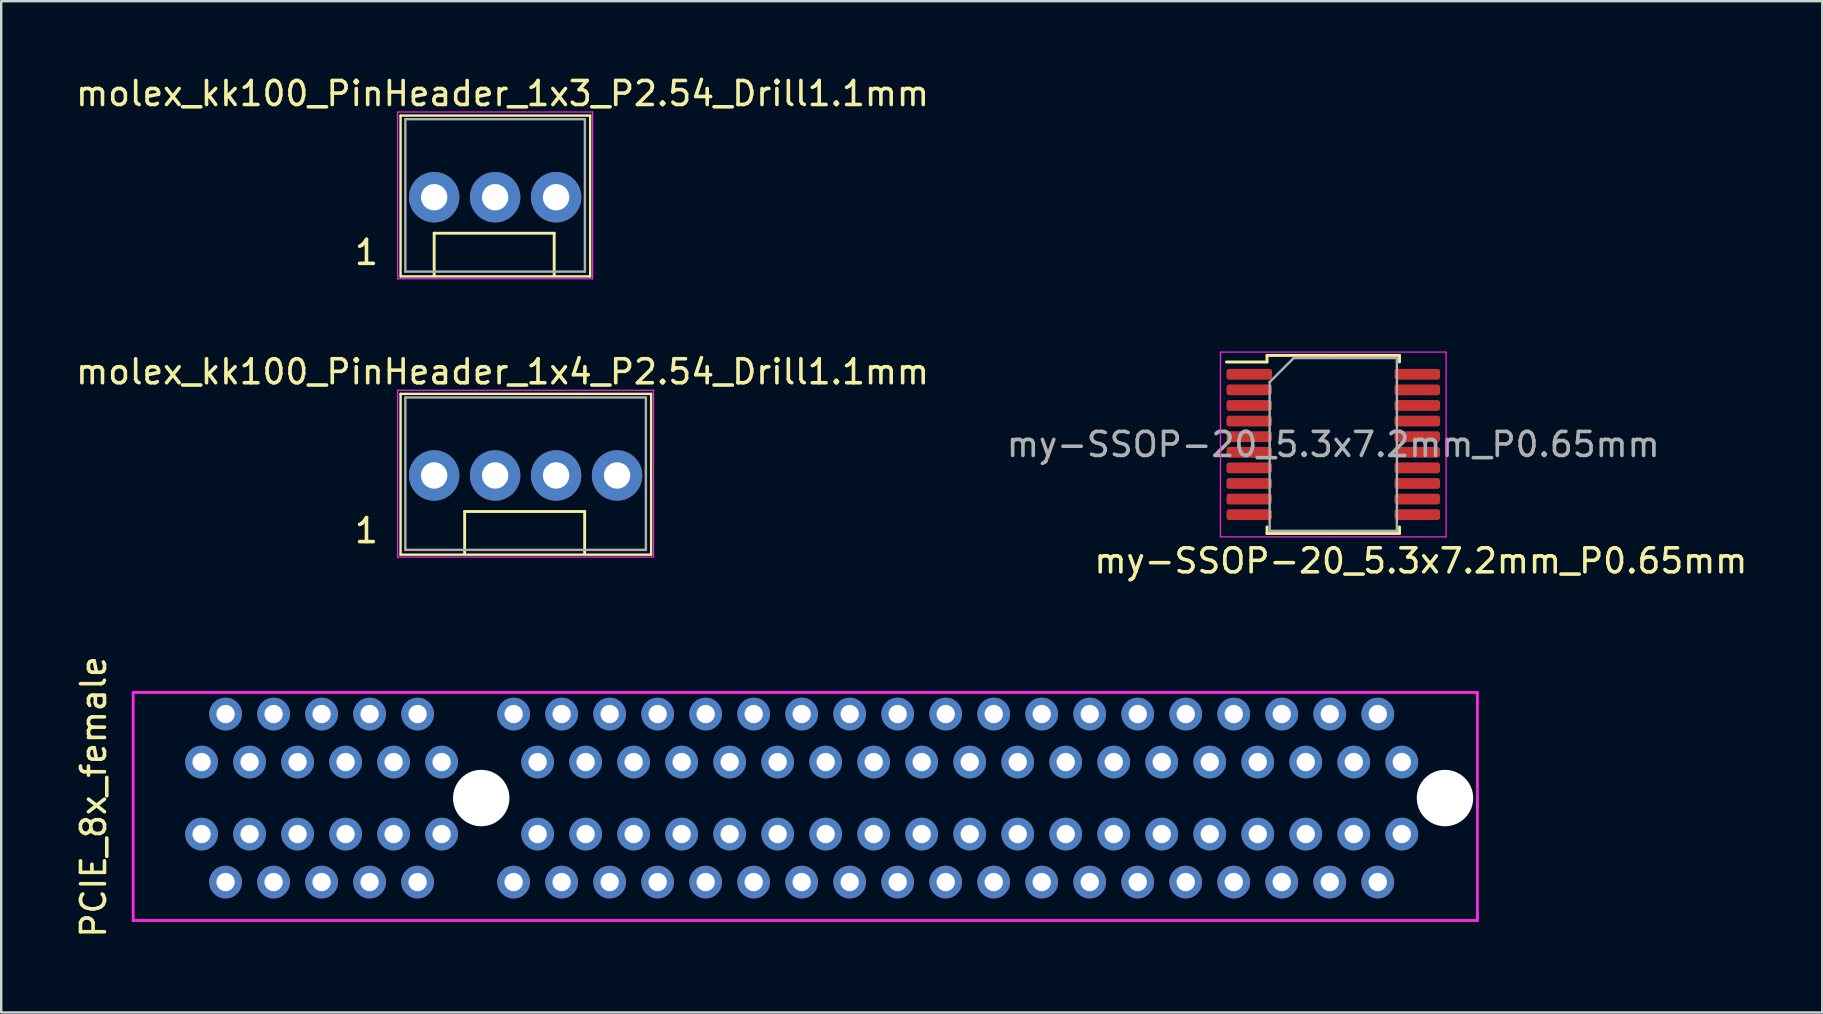
<source format=kicad_pcb>
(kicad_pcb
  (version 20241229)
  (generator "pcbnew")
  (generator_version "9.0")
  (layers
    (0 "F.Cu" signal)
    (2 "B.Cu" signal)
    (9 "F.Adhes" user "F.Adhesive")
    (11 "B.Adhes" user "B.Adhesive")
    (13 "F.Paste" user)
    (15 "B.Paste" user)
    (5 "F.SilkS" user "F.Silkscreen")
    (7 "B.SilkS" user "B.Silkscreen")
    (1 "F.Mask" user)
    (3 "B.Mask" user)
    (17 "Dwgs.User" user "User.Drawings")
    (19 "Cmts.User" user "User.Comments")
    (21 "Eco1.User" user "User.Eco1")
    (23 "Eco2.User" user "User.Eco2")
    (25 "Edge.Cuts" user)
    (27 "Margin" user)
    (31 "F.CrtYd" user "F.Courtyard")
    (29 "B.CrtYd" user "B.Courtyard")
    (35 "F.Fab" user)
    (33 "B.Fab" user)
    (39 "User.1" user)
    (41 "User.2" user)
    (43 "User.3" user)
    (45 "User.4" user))
  (footprint "molex_kk100_PinHeader_1x4_P2.54_Drill1.1mm"
    (layer "F.Cu")
    (at 15.037 16.758)
    (property "Reference" "molex_kk100_PinHeader_1x4_P2.54_Drill1.1mm" (at 2.85 -4.318 0) (layer "F.SilkS") (effects (font (size 1 1) (thickness 0.15))))
    (attr through_hole)
    (fp_line (start -1.4 3.3) (end -1.4 -3.4) (stroke (width 0.1) (type solid)) (layer "F.SilkS"))
    (fp_line (start 1.27 1.5) (end 6.27 1.5) (stroke (width 0.12) (type solid)) (layer "F.SilkS"))
    (fp_line (start 1.27 3.25) (end 1.27 1.5) (stroke (width 0.12) (type solid)) (layer "F.SilkS"))
    (fp_line (start 6.27 1.5) (end 6.27 3.25) (stroke (width 0.12) (type solid)) (layer "F.SilkS"))
    (fp_line (start 9.04 -3.4) (end -1.4 -3.4) (stroke (width 0.1) (type solid)) (layer "F.SilkS"))
    (fp_line (start 9.04 3.3) (end -1.4 3.3) (stroke (width 0.1) (type solid)) (layer "F.SilkS"))
    (fp_line (start 9.04 3.3) (end 9.04 -3.4) (stroke (width 0.1) (type solid)) (layer "F.SilkS"))
    (fp_line (start -1.52 3.4) (end -1.52 -3.55) (stroke (width 0.05) (type solid)) (layer "F.CrtYd"))
    (fp_line (start 9.14 -3.55) (end -1.52 -3.55) (stroke (width 0.05) (type solid)) (layer "F.CrtYd"))
    (fp_line (start 9.14 3.4) (end 9.14 -3.55) (stroke (width 0.05) (type solid)) (layer "F.CrtYd"))
    (fp_line (start 9.144 3.4) (end -1.52 3.4) (stroke (width 0.05) (type solid)) (layer "F.CrtYd"))
    (fp_line (start -1.2 3.1) (end -1.2 -3.25) (stroke (width 0.1) (type solid)) (layer "F.Fab"))
    (fp_line (start 8.82 -3.25) (end -1.2 -3.25) (stroke (width 0.1) (type solid)) (layer "F.Fab"))
    (fp_line (start 8.82 3.1) (end -1.2 3.1) (stroke (width 0.1) (type solid)) (layer "F.Fab"))
    (fp_line (start 8.82 3.1) (end 8.82 -3.25) (stroke (width 0.1) (type solid)) (layer "F.Fab"))
    (fp_text user "1" (at -2.82 2.3 180) (layer "F.SilkS") (effects (font (size 1 1) (thickness 0.15))))
    (pad "1" thru_hole circle (at 0 0 180) (size 2.1 2.1) (drill 1.1) (layers "*.Cu" "*.Mask"))
    (pad "2" thru_hole circle (at 2.54 0 180) (size 2.1 2.1) (drill 1.1) (layers "*.Cu" "*.Mask"))
    (pad "3" thru_hole circle (at 5.08 0 180) (size 2.1 2.1) (drill 1.1) (layers "*.Cu" "*.Mask"))
    (pad "4" thru_hole circle (at 7.62 0 180) (size 2.1 2.1) (drill 1.1) (layers "*.Cu" "*.Mask")))
  (footprint "my-SSOP-20_5.3x7.2mm_P0.65mm"
    (layer "F.Cu")
    (at 52.494 15.466)
    (property "Reference" "my-SSOP-20_5.3x7.2mm_P0.65mm" (at 3.65 4.85 180) (layer "F.SilkS") (effects (font (size 1 1) (thickness 0.15))))
    (attr smd)
    (fp_line (start -2.76 -3.71) (end -2.76 -3.435) (stroke (width 0.12) (type solid)) (layer "F.SilkS"))
    (fp_line (start -2.76 -3.435) (end -4.45 -3.435) (stroke (width 0.12) (type solid)) (layer "F.SilkS"))
    (fp_line (start -2.76 3.71) (end -2.76 3.435) (stroke (width 0.12) (type solid)) (layer "F.SilkS"))
    (fp_line (start 0 -3.71) (end -2.76 -3.71) (stroke (width 0.12) (type solid)) (layer "F.SilkS"))
    (fp_line (start 0 -3.71) (end 2.76 -3.71) (stroke (width 0.12) (type solid)) (layer "F.SilkS"))
    (fp_line (start 0 3.71) (end -2.76 3.71) (stroke (width 0.12) (type solid)) (layer "F.SilkS"))
    (fp_line (start 0 3.71) (end 2.76 3.71) (stroke (width 0.12) (type solid)) (layer "F.SilkS"))
    (fp_line (start 2.76 -3.71) (end 2.76 -3.435) (stroke (width 0.12) (type solid)) (layer "F.SilkS"))
    (fp_line (start 2.76 3.71) (end 2.76 3.435) (stroke (width 0.12) (type solid)) (layer "F.SilkS"))
    (fp_line (start -4.7 -3.85) (end -4.7 3.85) (stroke (width 0.05) (type solid)) (layer "F.CrtYd"))
    (fp_line (start -4.7 3.85) (end 4.7 3.85) (stroke (width 0.05) (type solid)) (layer "F.CrtYd"))
    (fp_line (start 4.7 -3.85) (end -4.7 -3.85) (stroke (width 0.05) (type solid)) (layer "F.CrtYd"))
    (fp_line (start 4.7 3.85) (end 4.7 -3.85) (stroke (width 0.05) (type solid)) (layer "F.CrtYd"))
    (fp_line (start -2.65 -2.6) (end -1.65 -3.6) (stroke (width 0.1) (type solid)) (layer "F.Fab"))
    (fp_line (start -2.65 3.6) (end -2.65 -2.6) (stroke (width 0.1) (type solid)) (layer "F.Fab"))
    (fp_line (start -1.65 -3.6) (end 2.65 -3.6) (stroke (width 0.1) (type solid)) (layer "F.Fab"))
    (fp_line (start 2.65 -3.6) (end 2.65 3.6) (stroke (width 0.1) (type solid)) (layer "F.Fab"))
    (fp_line (start 2.65 3.6) (end -2.65 3.6) (stroke (width 0.1) (type solid)) (layer "F.Fab"))
    (fp_text user "${REFERENCE}" (at 0 0 180) (layer "F.Fab") (effects (font (size 1 1) (thickness 0.15))))
    (pad "1" smd roundrect (at -3.5 -2.925) (size 1.9 0.45) (layers "F.Cu" "F.Mask" "F.Paste") (roundrect_rratio 0.25))
    (pad "2" smd roundrect (at -3.5 -2.275) (size 1.9 0.45) (layers "F.Cu" "F.Mask" "F.Paste") (roundrect_rratio 0.25))
    (pad "3" smd roundrect (at -3.5 -1.625) (size 1.9 0.45) (layers "F.Cu" "F.Mask" "F.Paste") (roundrect_rratio 0.25))
    (pad "4" smd roundrect (at -3.5 -0.975) (size 1.9 0.45) (layers "F.Cu" "F.Mask" "F.Paste") (roundrect_rratio 0.25))
    (pad "5" smd roundrect (at -3.5 -0.325) (size 1.9 0.45) (layers "F.Cu" "F.Mask" "F.Paste") (roundrect_rratio 0.25))
    (pad "6" smd roundrect (at -3.5 0.325) (size 1.9 0.45) (layers "F.Cu" "F.Mask" "F.Paste") (roundrect_rratio 0.25))
    (pad "7" smd roundrect (at -3.5 0.975) (size 1.9 0.45) (layers "F.Cu" "F.Mask" "F.Paste") (roundrect_rratio 0.25))
    (pad "8" smd roundrect (at -3.5 1.625) (size 1.9 0.45) (layers "F.Cu" "F.Mask" "F.Paste") (roundrect_rratio 0.25))
    (pad "9" smd roundrect (at -3.5 2.275) (size 1.9 0.45) (layers "F.Cu" "F.Mask" "F.Paste") (roundrect_rratio 0.25))
    (pad "10" smd roundrect (at -3.5 2.925) (size 1.9 0.45) (layers "F.Cu" "F.Mask" "F.Paste") (roundrect_rratio 0.25))
    (pad "11" smd roundrect (at 3.5 2.925) (size 1.9 0.45) (layers "F.Cu" "F.Mask" "F.Paste") (roundrect_rratio 0.25))
    (pad "12" smd roundrect (at 3.5 2.275) (size 1.9 0.45) (layers "F.Cu" "F.Mask" "F.Paste") (roundrect_rratio 0.25))
    (pad "13" smd roundrect (at 3.5 1.625) (size 1.9 0.45) (layers "F.Cu" "F.Mask" "F.Paste") (roundrect_rratio 0.25))
    (pad "14" smd roundrect (at 3.5 0.975) (size 1.9 0.45) (layers "F.Cu" "F.Mask" "F.Paste") (roundrect_rratio 0.25))
    (pad "15" smd roundrect (at 3.5 0.325) (size 1.9 0.45) (layers "F.Cu" "F.Mask" "F.Paste") (roundrect_rratio 0.25))
    (pad "16" smd roundrect (at 3.5 -0.325) (size 1.9 0.45) (layers "F.Cu" "F.Mask" "F.Paste") (roundrect_rratio 0.25))
    (pad "17" smd roundrect (at 3.5 -0.975) (size 1.9 0.45) (layers "F.Cu" "F.Mask" "F.Paste") (roundrect_rratio 0.25))
    (pad "18" smd roundrect (at 3.5 -1.625) (size 1.9 0.45) (layers "F.Cu" "F.Mask" "F.Paste") (roundrect_rratio 0.25))
    (pad "19" smd roundrect (at 3.5 -2.275) (size 1.9 0.45) (layers "F.Cu" "F.Mask" "F.Paste") (roundrect_rratio 0.25))
    (pad "20" smd roundrect (at 3.5 -2.925) (size 1.9 0.45) (layers "F.Cu" "F.Mask" "F.Paste") (roundrect_rratio 0.25)))
  (footprint "PCIE_8x_female"
    (layer "F.Cu")
    (at 5.348 30.197)
    (property "Reference" "PCIE_8x_female" (at -4.5 -0.05 90) (layer "F.SilkS") (effects (font (size 1 1) (thickness 0.15))))
    (attr through_hole)
    (fp_line (start -2.85 -4.4) (end -2.85 5.1) (stroke (width 0.12) (type solid)) (layer "F.CrtYd"))
    (fp_line (start -2.85 -4.4) (end 53.15 -4.4) (stroke (width 0.12) (type solid)) (layer "F.CrtYd"))
    (fp_line (start -2.85 5.1) (end 53.15 5.1) (stroke (width 0.12) (type solid)) (layer "F.CrtYd"))
    (fp_line (start 53.15 -4.4) (end 53.15 5.1) (stroke (width 0.12) (type solid)) (layer "F.CrtYd"))
    (pad "" np_thru_hole circle (at 11.65 0) (size 2.35 2.35) (drill 2.35) (layers "*.Cu" "*.Mask"))
    (pad "" np_thru_hole circle (at 51.8 0) (size 2.35 2.35) (drill 2.35) (layers "*.Cu" "*.Mask"))
    (pad "A1" thru_hole circle (at 0 -1.5) (size 1.362 1.362) (drill 0.762) (layers "*.Cu" "*.Mask"))
    (pad "A2" thru_hole circle (at 1 -3.5) (size 1.362 1.362) (drill 0.762) (layers "*.Cu" "*.Mask"))
    (pad "A3" thru_hole circle (at 2 -1.5) (size 1.362 1.362) (drill 0.762) (layers "*.Cu" "*.Mask"))
    (pad "A4" thru_hole circle (at 3 -3.5) (size 1.362 1.362) (drill 0.762) (layers "*.Cu" "*.Mask"))
    (pad "A5" thru_hole circle (at 4 -1.5) (size 1.362 1.362) (drill 0.762) (layers "*.Cu" "*.Mask"))
    (pad "A6" thru_hole circle (at 5 -3.5) (size 1.362 1.362) (drill 0.762) (layers "*.Cu" "*.Mask"))
    (pad "A7" thru_hole circle (at 6 -1.5) (size 1.362 1.362) (drill 0.762) (layers "*.Cu" "*.Mask"))
    (pad "A8" thru_hole circle (at 7 -3.5) (size 1.362 1.362) (drill 0.762) (layers "*.Cu" "*.Mask"))
    (pad "A9" thru_hole circle (at 8 -1.5) (size 1.362 1.362) (drill 0.762) (layers "*.Cu" "*.Mask"))
    (pad "A10" thru_hole circle (at 9 -3.5) (size 1.362 1.362) (drill 0.762) (layers "*.Cu" "*.Mask"))
    (pad "A11" thru_hole circle (at 10 -1.5) (size 1.362 1.362) (drill 0.762) (layers "*.Cu" "*.Mask"))
    (pad "A12" thru_hole circle (at 13 -3.5) (size 1.362 1.362) (drill 0.762) (layers "*.Cu" "*.Mask"))
    (pad "A13" thru_hole circle (at 14 -1.5) (size 1.362 1.362) (drill 0.762) (layers "*.Cu" "*.Mask"))
    (pad "A14" thru_hole circle (at 15 -3.5) (size 1.362 1.362) (drill 0.762) (layers "*.Cu" "*.Mask"))
    (pad "A15" thru_hole circle (at 16 -1.5) (size 1.362 1.362) (drill 0.762) (layers "*.Cu" "*.Mask"))
    (pad "A16" thru_hole circle (at 17 -3.5) (size 1.362 1.362) (drill 0.762) (layers "*.Cu" "*.Mask"))
    (pad "A17" thru_hole circle (at 18 -1.5) (size 1.362 1.362) (drill 0.762) (layers "*.Cu" "*.Mask"))
    (pad "A18" thru_hole circle (at 19 -3.5) (size 1.362 1.362) (drill 0.762) (layers "*.Cu" "*.Mask"))
    (pad "A19" thru_hole circle (at 20 -1.5) (size 1.362 1.362) (drill 0.762) (layers "*.Cu" "*.Mask"))
    (pad "A20" thru_hole circle (at 21 -3.5) (size 1.362 1.362) (drill 0.762) (layers "*.Cu" "*.Mask"))
    (pad "A21" thru_hole circle (at 22 -1.5) (size 1.362 1.362) (drill 0.762) (layers "*.Cu" "*.Mask"))
    (pad "A22" thru_hole circle (at 23 -3.5) (size 1.362 1.362) (drill 0.762) (layers "*.Cu" "*.Mask"))
    (pad "A23" thru_hole circle (at 24 -1.5) (size 1.362 1.362) (drill 0.762) (layers "*.Cu" "*.Mask"))
    (pad "A24" thru_hole circle (at 25 -3.5) (size 1.362 1.362) (drill 0.762) (layers "*.Cu" "*.Mask"))
    (pad "A25" thru_hole circle (at 26 -1.5) (size 1.362 1.362) (drill 0.762) (layers "*.Cu" "*.Mask"))
    (pad "A26" thru_hole circle (at 27 -3.5) (size 1.362 1.362) (drill 0.762) (layers "*.Cu" "*.Mask"))
    (pad "A27" thru_hole circle (at 28 -1.5) (size 1.362 1.362) (drill 0.762) (layers "*.Cu" "*.Mask"))
    (pad "A28" thru_hole circle (at 29 -3.5) (size 1.362 1.362) (drill 0.762) (layers "*.Cu" "*.Mask"))
    (pad "A29" thru_hole circle (at 30 -1.5) (size 1.362 1.362) (drill 0.762) (layers "*.Cu" "*.Mask"))
    (pad "A30" thru_hole circle (at 31 -3.5) (size 1.362 1.362) (drill 0.762) (layers "*.Cu" "*.Mask"))
    (pad "A31" thru_hole circle (at 32 -1.5) (size 1.362 1.362) (drill 0.762) (layers "*.Cu" "*.Mask"))
    (pad "A32" thru_hole circle (at 33 -3.5) (size 1.362 1.362) (drill 0.762) (layers "*.Cu" "*.Mask"))
    (pad "A33" thru_hole circle (at 34 -1.5) (size 1.362 1.362) (drill 0.762) (layers "*.Cu" "*.Mask"))
    (pad "A34" thru_hole circle (at 35 -3.5) (size 1.362 1.362) (drill 0.762) (layers "*.Cu" "*.Mask"))
    (pad "A35" thru_hole circle (at 36 -1.5) (size 1.362 1.362) (drill 0.762) (layers "*.Cu" "*.Mask"))
    (pad "A36" thru_hole circle (at 37 -3.5) (size 1.362 1.362) (drill 0.762) (layers "*.Cu" "*.Mask"))
    (pad "A37" thru_hole circle (at 38 -1.5) (size 1.362 1.362) (drill 0.762) (layers "*.Cu" "*.Mask"))
    (pad "A38" thru_hole circle (at 39 -3.5) (size 1.362 1.362) (drill 0.762) (layers "*.Cu" "*.Mask"))
    (pad "A39" thru_hole circle (at 40 -1.5) (size 1.362 1.362) (drill 0.762) (layers "*.Cu" "*.Mask"))
    (pad "A40" thru_hole circle (at 41 -3.5) (size 1.362 1.362) (drill 0.762) (layers "*.Cu" "*.Mask"))
    (pad "A41" thru_hole circle (at 42 -1.5) (size 1.362 1.362) (drill 0.762) (layers "*.Cu" "*.Mask"))
    (pad "A42" thru_hole circle (at 43 -3.5) (size 1.362 1.362) (drill 0.762) (layers "*.Cu" "*.Mask"))
    (pad "A43" thru_hole circle (at 44 -1.5) (size 1.362 1.362) (drill 0.762) (layers "*.Cu" "*.Mask"))
    (pad "A44" thru_hole circle (at 45 -3.5) (size 1.362 1.362) (drill 0.762) (layers "*.Cu" "*.Mask"))
    (pad "A45" thru_hole circle (at 46 -1.5) (size 1.362 1.362) (drill 0.762) (layers "*.Cu" "*.Mask"))
    (pad "A46" thru_hole circle (at 47 -3.5) (size 1.362 1.362) (drill 0.762) (layers "*.Cu" "*.Mask"))
    (pad "A47" thru_hole circle (at 48 -1.5) (size 1.362 1.362) (drill 0.762) (layers "*.Cu" "*.Mask"))
    (pad "A48" thru_hole circle (at 49 -3.5) (size 1.362 1.362) (drill 0.762) (layers "*.Cu" "*.Mask"))
    (pad "A49" thru_hole circle (at 50 -1.5) (size 1.362 1.362) (drill 0.762) (layers "*.Cu" "*.Mask"))
    (pad "B1" thru_hole circle (at 0 1.5) (size 1.362 1.362) (drill 0.762) (layers "*.Cu" "*.Mask"))
    (pad "B2" thru_hole circle (at 1 3.5) (size 1.362 1.362) (drill 0.762) (layers "*.Cu" "*.Mask"))
    (pad "B3" thru_hole circle (at 2 1.5) (size 1.362 1.362) (drill 0.762) (layers "*.Cu" "*.Mask"))
    (pad "B4" thru_hole circle (at 3 3.5) (size 1.362 1.362) (drill 0.762) (layers "*.Cu" "*.Mask"))
    (pad "B5" thru_hole circle (at 4 1.5) (size 1.362 1.362) (drill 0.762) (layers "*.Cu" "*.Mask"))
    (pad "B6" thru_hole circle (at 5 3.5) (size 1.362 1.362) (drill 0.762) (layers "*.Cu" "*.Mask"))
    (pad "B7" thru_hole circle (at 6 1.5) (size 1.362 1.362) (drill 0.762) (layers "*.Cu" "*.Mask"))
    (pad "B8" thru_hole circle (at 7 3.5) (size 1.362 1.362) (drill 0.762) (layers "*.Cu" "*.Mask"))
    (pad "B9" thru_hole circle (at 8 1.5) (size 1.362 1.362) (drill 0.762) (layers "*.Cu" "*.Mask"))
    (pad "B10" thru_hole circle (at 9 3.5) (size 1.362 1.362) (drill 0.762) (layers "*.Cu" "*.Mask"))
    (pad "B11" thru_hole circle (at 10 1.5) (size 1.362 1.362) (drill 0.762) (layers "*.Cu" "*.Mask"))
    (pad "B12" thru_hole circle (at 13 3.5) (size 1.362 1.362) (drill 0.762) (layers "*.Cu" "*.Mask"))
    (pad "B13" thru_hole circle (at 14 1.5) (size 1.362 1.362) (drill 0.762) (layers "*.Cu" "*.Mask"))
    (pad "B14" thru_hole circle (at 15 3.5) (size 1.362 1.362) (drill 0.762) (layers "*.Cu" "*.Mask"))
    (pad "B15" thru_hole circle (at 16 1.5) (size 1.362 1.362) (drill 0.762) (layers "*.Cu" "*.Mask"))
    (pad "B16" thru_hole circle (at 17 3.5) (size 1.362 1.362) (drill 0.762) (layers "*.Cu" "*.Mask"))
    (pad "B17" thru_hole circle (at 18 1.5) (size 1.362 1.362) (drill 0.762) (layers "*.Cu" "*.Mask"))
    (pad "B18" thru_hole circle (at 19 3.5) (size 1.362 1.362) (drill 0.762) (layers "*.Cu" "*.Mask"))
    (pad "B19" thru_hole circle (at 20 1.5) (size 1.362 1.362) (drill 0.762) (layers "*.Cu" "*.Mask"))
    (pad "B20" thru_hole circle (at 21 3.5) (size 1.362 1.362) (drill 0.762) (layers "*.Cu" "*.Mask"))
    (pad "B21" thru_hole circle (at 22 1.5) (size 1.362 1.362) (drill 0.762) (layers "*.Cu" "*.Mask"))
    (pad "B22" thru_hole circle (at 23 3.5) (size 1.362 1.362) (drill 0.762) (layers "*.Cu" "*.Mask"))
    (pad "B23" thru_hole circle (at 24 1.5) (size 1.362 1.362) (drill 0.762) (layers "*.Cu" "*.Mask"))
    (pad "B24" thru_hole circle (at 25 3.5) (size 1.362 1.362) (drill 0.762) (layers "*.Cu" "*.Mask"))
    (pad "B25" thru_hole circle (at 26 1.5) (size 1.362 1.362) (drill 0.762) (layers "*.Cu" "*.Mask"))
    (pad "B26" thru_hole circle (at 27 3.5) (size 1.362 1.362) (drill 0.762) (layers "*.Cu" "*.Mask"))
    (pad "B27" thru_hole circle (at 28 1.5) (size 1.362 1.362) (drill 0.762) (layers "*.Cu" "*.Mask"))
    (pad "B28" thru_hole circle (at 29 3.5) (size 1.362 1.362) (drill 0.762) (layers "*.Cu" "*.Mask"))
    (pad "B29" thru_hole circle (at 30 1.5) (size 1.362 1.362) (drill 0.762) (layers "*.Cu" "*.Mask"))
    (pad "B30" thru_hole circle (at 31 3.5) (size 1.362 1.362) (drill 0.762) (layers "*.Cu" "*.Mask"))
    (pad "B31" thru_hole circle (at 32 1.5) (size 1.362 1.362) (drill 0.762) (layers "*.Cu" "*.Mask"))
    (pad "B32" thru_hole circle (at 33 3.5) (size 1.362 1.362) (drill 0.762) (layers "*.Cu" "*.Mask"))
    (pad "B33" thru_hole circle (at 34 1.5) (size 1.362 1.362) (drill 0.762) (layers "*.Cu" "*.Mask"))
    (pad "B34" thru_hole circle (at 35 3.5) (size 1.362 1.362) (drill 0.762) (layers "*.Cu" "*.Mask"))
    (pad "B35" thru_hole circle (at 36 1.5) (size 1.362 1.362) (drill 0.762) (layers "*.Cu" "*.Mask"))
    (pad "B36" thru_hole circle (at 37 3.5) (size 1.362 1.362) (drill 0.762) (layers "*.Cu" "*.Mask"))
    (pad "B37" thru_hole circle (at 38 1.5) (size 1.362 1.362) (drill 0.762) (layers "*.Cu" "*.Mask"))
    (pad "B38" thru_hole circle (at 39 3.5) (size 1.362 1.362) (drill 0.762) (layers "*.Cu" "*.Mask"))
    (pad "B39" thru_hole circle (at 40 1.5) (size 1.362 1.362) (drill 0.762) (layers "*.Cu" "*.Mask"))
    (pad "B40" thru_hole circle (at 41 3.5) (size 1.362 1.362) (drill 0.762) (layers "*.Cu" "*.Mask"))
    (pad "B41" thru_hole circle (at 42 1.5) (size 1.362 1.362) (drill 0.762) (layers "*.Cu" "*.Mask"))
    (pad "B42" thru_hole circle (at 43 3.5) (size 1.362 1.362) (drill 0.762) (layers "*.Cu" "*.Mask"))
    (pad "B43" thru_hole circle (at 44 1.5) (size 1.362 1.362) (drill 0.762) (layers "*.Cu" "*.Mask"))
    (pad "B44" thru_hole circle (at 45 3.5) (size 1.362 1.362) (drill 0.762) (layers "*.Cu" "*.Mask"))
    (pad "B45" thru_hole circle (at 46 1.5) (size 1.362 1.362) (drill 0.762) (layers "*.Cu" "*.Mask"))
    (pad "B46" thru_hole circle (at 47 3.5) (size 1.362 1.362) (drill 0.762) (layers "*.Cu" "*.Mask"))
    (pad "B47" thru_hole circle (at 48 1.5) (size 1.362 1.362) (drill 0.762) (layers "*.Cu" "*.Mask"))
    (pad "B48" thru_hole circle (at 49 3.5) (size 1.362 1.362) (drill 0.762) (layers "*.Cu" "*.Mask"))
    (pad "B49" thru_hole circle (at 50 1.5) (size 1.362 1.362) (drill 0.762) (layers "*.Cu" "*.Mask")))
  (footprint "molex_kk100_PinHeader_1x3_P2.54_Drill1.1mm"
    (layer "F.Cu")
    (at 15.037 5.166)
    (property "Reference" "molex_kk100_PinHeader_1x3_P2.54_Drill1.1mm" (at 2.85 -4.318 0) (layer "F.SilkS") (effects (font (size 1 1) (thickness 0.15))))
    (attr through_hole)
    (fp_line (start -1.4 3.3) (end -1.4 -3.4) (stroke (width 0.1) (type solid)) (layer "F.SilkS"))
    (fp_line (start 0 1.5) (end 5 1.5) (stroke (width 0.12) (type solid)) (layer "F.SilkS"))
    (fp_line (start 0 3.25) (end 0 1.5) (stroke (width 0.12) (type solid)) (layer "F.SilkS"))
    (fp_line (start 5 1.5) (end 5 3.25) (stroke (width 0.12) (type solid)) (layer "F.SilkS"))
    (fp_line (start 6.5 -3.4) (end -1.4 -3.4) (stroke (width 0.1) (type solid)) (layer "F.SilkS"))
    (fp_line (start 6.5 3.3) (end -1.4 3.3) (stroke (width 0.1) (type solid)) (layer "F.SilkS"))
    (fp_line (start 6.5 3.3) (end 6.5 -3.4) (stroke (width 0.1) (type solid)) (layer "F.SilkS"))
    (fp_line (start -1.52 3.4) (end -1.52 -3.55) (stroke (width 0.05) (type solid)) (layer "F.CrtYd"))
    (fp_line (start 6.6 -3.55) (end -1.52 -3.55) (stroke (width 0.05) (type solid)) (layer "F.CrtYd"))
    (fp_line (start 6.6 3.4) (end -1.52 3.4) (stroke (width 0.05) (type solid)) (layer "F.CrtYd"))
    (fp_line (start 6.6 3.4) (end 6.6 -3.55) (stroke (width 0.05) (type solid)) (layer "F.CrtYd"))
    (fp_line (start -1.2 3.1) (end -1.2 -3.25) (stroke (width 0.1) (type solid)) (layer "F.Fab"))
    (fp_line (start 6.28 -3.25) (end -1.2 -3.25) (stroke (width 0.1) (type solid)) (layer "F.Fab"))
    (fp_line (start 6.28 3.1) (end -1.2 3.1) (stroke (width 0.1) (type solid)) (layer "F.Fab"))
    (fp_line (start 6.28 3.1) (end 6.28 -3.25) (stroke (width 0.1) (type solid)) (layer "F.Fab"))
    (fp_text user "1" (at -2.82 2.3 180) (layer "F.SilkS") (effects (font (size 1 1) (thickness 0.15))))
    (pad "1" thru_hole circle (at 0 0 180) (size 2.1 2.1) (drill 1.1) (layers "*.Cu" "*.Mask"))
    (pad "2" thru_hole circle (at 2.54 0 180) (size 2.1 2.1) (drill 1.1) (layers "*.Cu" "*.Mask"))
    (pad "3" thru_hole circle (at 5.08 0 180) (size 2.1 2.1) (drill 1.1) (layers "*.Cu" "*.Mask")))
  (gr_rect
    (start -3 -3)
    (end 72.864 39.129)
    (stroke (width 0.1) (type default))
    (fill no)
    (layer "Edge.Cuts")))
</source>
